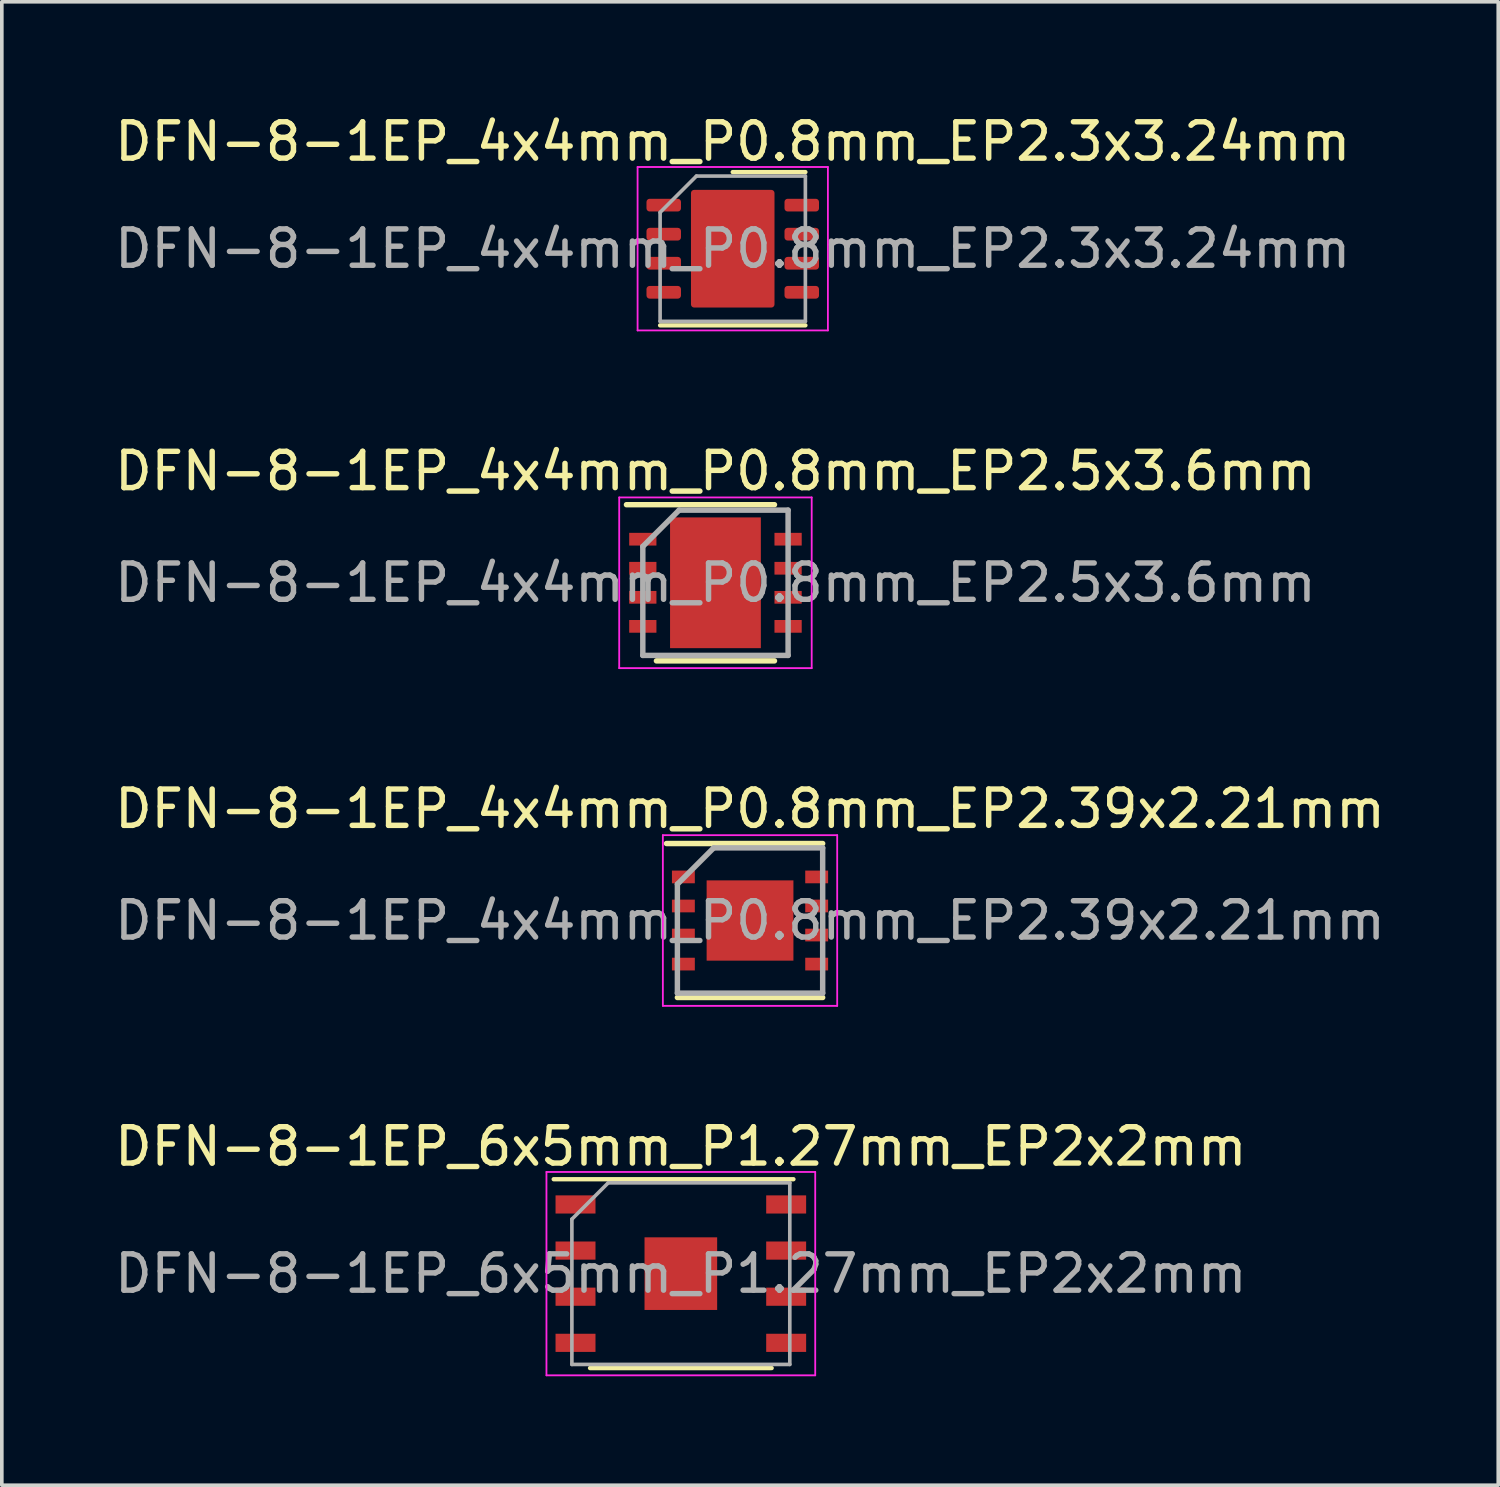
<source format=kicad_pcb>
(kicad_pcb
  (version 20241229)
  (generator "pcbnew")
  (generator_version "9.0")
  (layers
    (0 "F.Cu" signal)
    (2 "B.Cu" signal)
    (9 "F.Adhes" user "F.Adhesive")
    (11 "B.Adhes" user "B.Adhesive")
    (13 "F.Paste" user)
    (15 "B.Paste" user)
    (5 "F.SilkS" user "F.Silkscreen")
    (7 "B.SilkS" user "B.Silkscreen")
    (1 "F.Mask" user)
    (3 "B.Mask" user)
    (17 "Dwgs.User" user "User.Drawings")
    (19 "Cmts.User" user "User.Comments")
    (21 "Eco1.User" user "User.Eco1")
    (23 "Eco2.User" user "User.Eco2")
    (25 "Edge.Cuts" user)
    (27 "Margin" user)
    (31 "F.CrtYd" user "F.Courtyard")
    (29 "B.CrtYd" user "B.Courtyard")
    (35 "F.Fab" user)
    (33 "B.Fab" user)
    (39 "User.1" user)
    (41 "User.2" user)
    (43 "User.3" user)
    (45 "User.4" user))
  (footprint "DFN-8-1EP_4x4mm_P0.8mm_EP2.3x3.24mm"
    (layer "F.Cu")
    (at 17.125 3.798)
    (property "Reference" "DFN-8-1EP_4x4mm_P0.8mm_EP2.3x3.24mm" (at 0 -2.95 0) (layer "F.SilkS") (effects (font (size 1 1) (thickness 0.15))))
    (attr smd)
    (fp_line (start -2 2.11) (end 2 2.11) (stroke (width 0.12) (type solid)) (layer "F.SilkS"))
    (fp_line (start 0 -2.11) (end 2 -2.11) (stroke (width 0.12) (type solid)) (layer "F.SilkS"))
    (fp_line (start -2.62 -2.25) (end -2.62 2.25) (stroke (width 0.05) (type solid)) (layer "F.CrtYd"))
    (fp_line (start -2.62 2.25) (end 2.62 2.25) (stroke (width 0.05) (type solid)) (layer "F.CrtYd"))
    (fp_line (start 2.62 -2.25) (end -2.62 -2.25) (stroke (width 0.05) (type solid)) (layer "F.CrtYd"))
    (fp_line (start 2.62 2.25) (end 2.62 -2.25) (stroke (width 0.05) (type solid)) (layer "F.CrtYd"))
    (fp_line (start -2 -1) (end -1 -2) (stroke (width 0.1) (type solid)) (layer "F.Fab"))
    (fp_line (start -2 2) (end -2 -1) (stroke (width 0.1) (type solid)) (layer "F.Fab"))
    (fp_line (start -1 -2) (end 2 -2) (stroke (width 0.1) (type solid)) (layer "F.Fab"))
    (fp_line (start 2 -2) (end 2 2) (stroke (width 0.1) (type solid)) (layer "F.Fab"))
    (fp_line (start 2 2) (end -2 2) (stroke (width 0.1) (type solid)) (layer "F.Fab"))
    (fp_text user "${REFERENCE}" (at 0 0 0) (layer "F.Fab") (effects (font (size 1 1) (thickness 0.15))))
    (pad "" smd roundrect (at -0.575 -0.81) (size 0.93 1.31) (layers "F.Paste") (roundrect_rratio 0.25))
    (pad "" smd roundrect (at -0.575 0.81) (size 0.93 1.31) (layers "F.Paste") (roundrect_rratio 0.25))
    (pad "" smd roundrect (at 0.575 -0.81) (size 0.93 1.31) (layers "F.Paste") (roundrect_rratio 0.25))
    (pad "" smd roundrect (at 0.575 0.81) (size 0.93 1.31) (layers "F.Paste") (roundrect_rratio 0.25))
    (pad "1" smd roundrect (at -1.9 -1.2) (size 0.95 0.35) (layers "F.Cu" "F.Mask" "F.Paste") (roundrect_rratio 0.25))
    (pad "2" smd roundrect (at -1.9 -0.4) (size 0.95 0.35) (layers "F.Cu" "F.Mask" "F.Paste") (roundrect_rratio 0.25))
    (pad "3" smd roundrect (at -1.9 0.4) (size 0.95 0.35) (layers "F.Cu" "F.Mask" "F.Paste") (roundrect_rratio 0.25))
    (pad "4" smd roundrect (at -1.9 1.2) (size 0.95 0.35) (layers "F.Cu" "F.Mask" "F.Paste") (roundrect_rratio 0.25))
    (pad "5" smd roundrect (at 1.9 1.2) (size 0.95 0.35) (layers "F.Cu" "F.Mask" "F.Paste") (roundrect_rratio 0.25))
    (pad "6" smd roundrect (at 1.9 0.4) (size 0.95 0.35) (layers "F.Cu" "F.Mask" "F.Paste") (roundrect_rratio 0.25))
    (pad "7" smd roundrect (at 1.9 -0.4) (size 0.95 0.35) (layers "F.Cu" "F.Mask" "F.Paste") (roundrect_rratio 0.25))
    (pad "8" smd roundrect (at 1.9 -1.2) (size 0.95 0.35) (layers "F.Cu" "F.Mask" "F.Paste") (roundrect_rratio 0.25))
    (pad "9" smd roundrect (at 0 0) (size 2.3 3.24) (layers "F.Cu" "F.Mask") (roundrect_rratio 0.038)))
  (footprint "DFN-8-1EP_6x5mm_P1.27mm_EP2x2mm"
    (layer "F.Cu")
    (at 15.696 32.018)
    (property "Reference" "DFN-8-1EP_6x5mm_P1.27mm_EP2x2mm" (at 0 -3.5 0) (layer "F.SilkS") (effects (font (size 1 1) (thickness 0.15))))
    (attr smd)
    (fp_line (start -3.5 -2.6) (end 3.1 -2.6) (stroke (width 0.12) (type solid)) (layer "F.SilkS"))
    (fp_line (start -2.5 2.6) (end 2.5 2.6) (stroke (width 0.12) (type solid)) (layer "F.SilkS"))
    (fp_line (start -3.7 -2.8) (end 3.7 -2.8) (stroke (width 0.05) (type solid)) (layer "F.CrtYd"))
    (fp_line (start -3.7 2.8) (end -3.7 -2.8) (stroke (width 0.05) (type solid)) (layer "F.CrtYd"))
    (fp_line (start 3.7 -2.8) (end 3.7 2.8) (stroke (width 0.05) (type solid)) (layer "F.CrtYd"))
    (fp_line (start 3.7 2.8) (end -3.7 2.8) (stroke (width 0.05) (type solid)) (layer "F.CrtYd"))
    (fp_line (start -3 2.5) (end -3 -1.5) (stroke (width 0.1) (type solid)) (layer "F.Fab"))
    (fp_line (start -2 -2.5) (end -3 -1.5) (stroke (width 0.1) (type solid)) (layer "F.Fab"))
    (fp_line (start -2 -2.5) (end 3 -2.5) (stroke (width 0.1) (type solid)) (layer "F.Fab"))
    (fp_line (start 3 -2.5) (end 3 2.5) (stroke (width 0.1) (type solid)) (layer "F.Fab"))
    (fp_line (start 3 2.5) (end -3 2.5) (stroke (width 0.1) (type solid)) (layer "F.Fab"))
    (fp_text user "${REFERENCE}" (at 0 0 0) (layer "F.Fab") (effects (font (size 1 1) (thickness 0.15))))
    (pad "" smd rect (at -0.5 -0.5 270) (size 0.8 0.8) (layers "F.Paste"))
    (pad "" smd rect (at -0.5 0.5 270) (size 0.8 0.8) (layers "F.Paste"))
    (pad "" smd rect (at 0.5 -0.5 270) (size 0.8 0.8) (layers "F.Paste"))
    (pad "" smd rect (at 0.5 0.5 270) (size 0.8 0.8) (layers "F.Paste"))
    (pad "1" smd rect (at -2.9 -1.905 270) (size 0.5 1.1) (layers "F.Cu" "F.Mask" "F.Paste"))
    (pad "2" smd rect (at -2.9 -0.635 270) (size 0.5 1.1) (layers "F.Cu" "F.Mask" "F.Paste"))
    (pad "3" smd rect (at -2.9 0.635 270) (size 0.5 1.1) (layers "F.Cu" "F.Mask" "F.Paste"))
    (pad "4" smd rect (at -2.9 1.905 270) (size 0.5 1.1) (layers "F.Cu" "F.Mask" "F.Paste"))
    (pad "5" smd rect (at 2.9 1.905 270) (size 0.5 1.1) (layers "F.Cu" "F.Mask" "F.Paste"))
    (pad "6" smd rect (at 2.9 0.635 270) (size 0.5 1.1) (layers "F.Cu" "F.Mask" "F.Paste"))
    (pad "7" smd rect (at 2.9 -0.635 270) (size 0.5 1.1) (layers "F.Cu" "F.Mask" "F.Paste"))
    (pad "8" smd rect (at 2.9 -1.905 270) (size 0.5 1.1) (layers "F.Cu" "F.Mask" "F.Paste"))
    (pad "9" smd rect (at 0 0 270) (size 2 2) (layers "F.Cu" "F.Mask")))
  (footprint "DFN-8-1EP_4x4mm_P0.8mm_EP2.39x2.21mm"
    (layer "F.Cu")
    (at 17.601 22.295)
    (property "Reference" "DFN-8-1EP_4x4mm_P0.8mm_EP2.39x2.21mm" (at 0 -3.075 0) (layer "F.SilkS") (effects (font (size 1 1) (thickness 0.15))))
    (attr smd)
    (fp_line (start -2.3 -2.12) (end 2 -2.12) (stroke (width 0.15) (type solid)) (layer "F.SilkS"))
    (fp_line (start -2 2.12) (end 2 2.12) (stroke (width 0.15) (type solid)) (layer "F.SilkS"))
    (fp_line (start -2.4 -2.35) (end -2.4 2.35) (stroke (width 0.05) (type solid)) (layer "F.CrtYd"))
    (fp_line (start -2.4 -2.35) (end 2.4 -2.35) (stroke (width 0.05) (type solid)) (layer "F.CrtYd"))
    (fp_line (start -2.4 2.35) (end 2.4 2.35) (stroke (width 0.05) (type solid)) (layer "F.CrtYd"))
    (fp_line (start 2.4 -2.35) (end 2.4 2.35) (stroke (width 0.05) (type solid)) (layer "F.CrtYd"))
    (fp_line (start -2 -1) (end -1 -2) (stroke (width 0.15) (type solid)) (layer "F.Fab"))
    (fp_line (start -2 2) (end -2 -1) (stroke (width 0.15) (type solid)) (layer "F.Fab"))
    (fp_line (start -1 -2) (end 2 -2) (stroke (width 0.15) (type solid)) (layer "F.Fab"))
    (fp_line (start 2 -2) (end 2 2) (stroke (width 0.15) (type solid)) (layer "F.Fab"))
    (fp_line (start 2 2) (end -2 2) (stroke (width 0.15) (type solid)) (layer "F.Fab"))
    (fp_text user "${REFERENCE}" (at 0 0 0) (layer "F.Fab") (effects (font (size 1 1) (thickness 0.15))))
    (pad "" smd rect (at -0.598 -0.552) (size 0.83 0.77) (layers "F.Paste"))
    (pad "" smd rect (at -0.598 0.552) (size 0.83 0.77) (layers "F.Paste"))
    (pad "" smd rect (at 0.598 -0.552) (size 0.83 0.77) (layers "F.Paste"))
    (pad "" smd rect (at 0.598 0.552) (size 0.83 0.77) (layers "F.Paste"))
    (pad "1" smd rect (at -1.835 -1.2) (size 0.63 0.35) (layers "F.Cu" "F.Mask" "F.Paste"))
    (pad "2" smd rect (at -1.835 -0.4) (size 0.63 0.35) (layers "F.Cu" "F.Mask" "F.Paste"))
    (pad "3" smd rect (at -1.835 0.4) (size 0.63 0.35) (layers "F.Cu" "F.Mask" "F.Paste"))
    (pad "4" smd rect (at -1.835 1.2) (size 0.63 0.35) (layers "F.Cu" "F.Mask" "F.Paste"))
    (pad "5" smd rect (at 1.835 1.2) (size 0.63 0.35) (layers "F.Cu" "F.Mask" "F.Paste"))
    (pad "6" smd rect (at 1.835 0.4) (size 0.63 0.35) (layers "F.Cu" "F.Mask" "F.Paste"))
    (pad "7" smd rect (at 1.835 -0.4) (size 0.63 0.35) (layers "F.Cu" "F.Mask" "F.Paste"))
    (pad "8" smd rect (at 1.835 -1.2) (size 0.63 0.35) (layers "F.Cu" "F.Mask" "F.Paste"))
    (pad "9" smd rect (at 0 0) (size 2.39 2.21) (layers "F.Cu" "F.Mask")))
  (footprint "DFN-8-1EP_4x4mm_P0.8mm_EP2.5x3.6mm"
    (layer "F.Cu")
    (at 16.649 12.996)
    (property "Reference" "DFN-8-1EP_4x4mm_P0.8mm_EP2.5x3.6mm" (at 0 -3.075 0) (layer "F.SilkS") (effects (font (size 1 1) (thickness 0.15))))
    (attr smd)
    (fp_line (start -2.45 -2.15) (end 1.625 -2.15) (stroke (width 0.15) (type solid)) (layer "F.SilkS"))
    (fp_line (start -1.625 2.15) (end 1.625 2.15) (stroke (width 0.15) (type solid)) (layer "F.SilkS"))
    (fp_line (start -2.65 -2.35) (end -2.65 2.35) (stroke (width 0.05) (type solid)) (layer "F.CrtYd"))
    (fp_line (start -2.65 -2.35) (end 2.65 -2.35) (stroke (width 0.05) (type solid)) (layer "F.CrtYd"))
    (fp_line (start -2.65 2.35) (end 2.65 2.35) (stroke (width 0.05) (type solid)) (layer "F.CrtYd"))
    (fp_line (start 2.65 -2.35) (end 2.65 2.35) (stroke (width 0.05) (type solid)) (layer "F.CrtYd"))
    (fp_line (start -2 -1) (end -1 -2) (stroke (width 0.15) (type solid)) (layer "F.Fab"))
    (fp_line (start -2 2) (end -2 -1) (stroke (width 0.15) (type solid)) (layer "F.Fab"))
    (fp_line (start -1 -2) (end 2 -2) (stroke (width 0.15) (type solid)) (layer "F.Fab"))
    (fp_line (start 2 -2) (end 2 2) (stroke (width 0.15) (type solid)) (layer "F.Fab"))
    (fp_line (start 2 2) (end -2 2) (stroke (width 0.15) (type solid)) (layer "F.Fab"))
    (fp_text user "${REFERENCE}" (at 0 0 0) (layer "F.Fab") (effects (font (size 1 1) (thickness 0.15))))
    (pad "" smd rect (at -0.625 -1.2) (size 1 1) (layers "F.Paste"))
    (pad "" smd rect (at -0.625 0) (size 1 1) (layers "F.Paste"))
    (pad "" smd rect (at -0.625 1.2) (size 1 1) (layers "F.Paste"))
    (pad "" smd rect (at 0.625 -1.2) (size 1 1) (layers "F.Paste"))
    (pad "" smd rect (at 0.625 0) (size 1 1) (layers "F.Paste"))
    (pad "" smd rect (at 0.625 1.2) (size 1 1) (layers "F.Paste"))
    (pad "1" smd rect (at -2 -1.2) (size 0.75 0.35) (layers "F.Cu" "F.Mask" "F.Paste"))
    (pad "2" smd rect (at -2 -0.4) (size 0.75 0.35) (layers "F.Cu" "F.Mask" "F.Paste"))
    (pad "3" smd rect (at -2 0.4) (size 0.75 0.35) (layers "F.Cu" "F.Mask" "F.Paste"))
    (pad "4" smd rect (at -2 1.2) (size 0.75 0.35) (layers "F.Cu" "F.Mask" "F.Paste"))
    (pad "5" smd rect (at 2 1.2) (size 0.75 0.35) (layers "F.Cu" "F.Mask" "F.Paste"))
    (pad "6" smd rect (at 2 0.4) (size 0.75 0.35) (layers "F.Cu" "F.Mask" "F.Paste"))
    (pad "7" smd rect (at 2 -0.4) (size 0.75 0.35) (layers "F.Cu" "F.Mask" "F.Paste"))
    (pad "8" smd rect (at 2 -1.2) (size 0.75 0.35) (layers "F.Cu" "F.Mask" "F.Paste"))
    (pad "9" smd rect (at 0 0) (size 2.5 3.6) (layers "F.Cu" "F.Mask")))
  (gr_rect
    (start -3 -3)
    (end 38.202 37.843)
    (stroke (width 0.1) (type default))
    (fill no)
    (layer "Edge.Cuts")))
</source>
